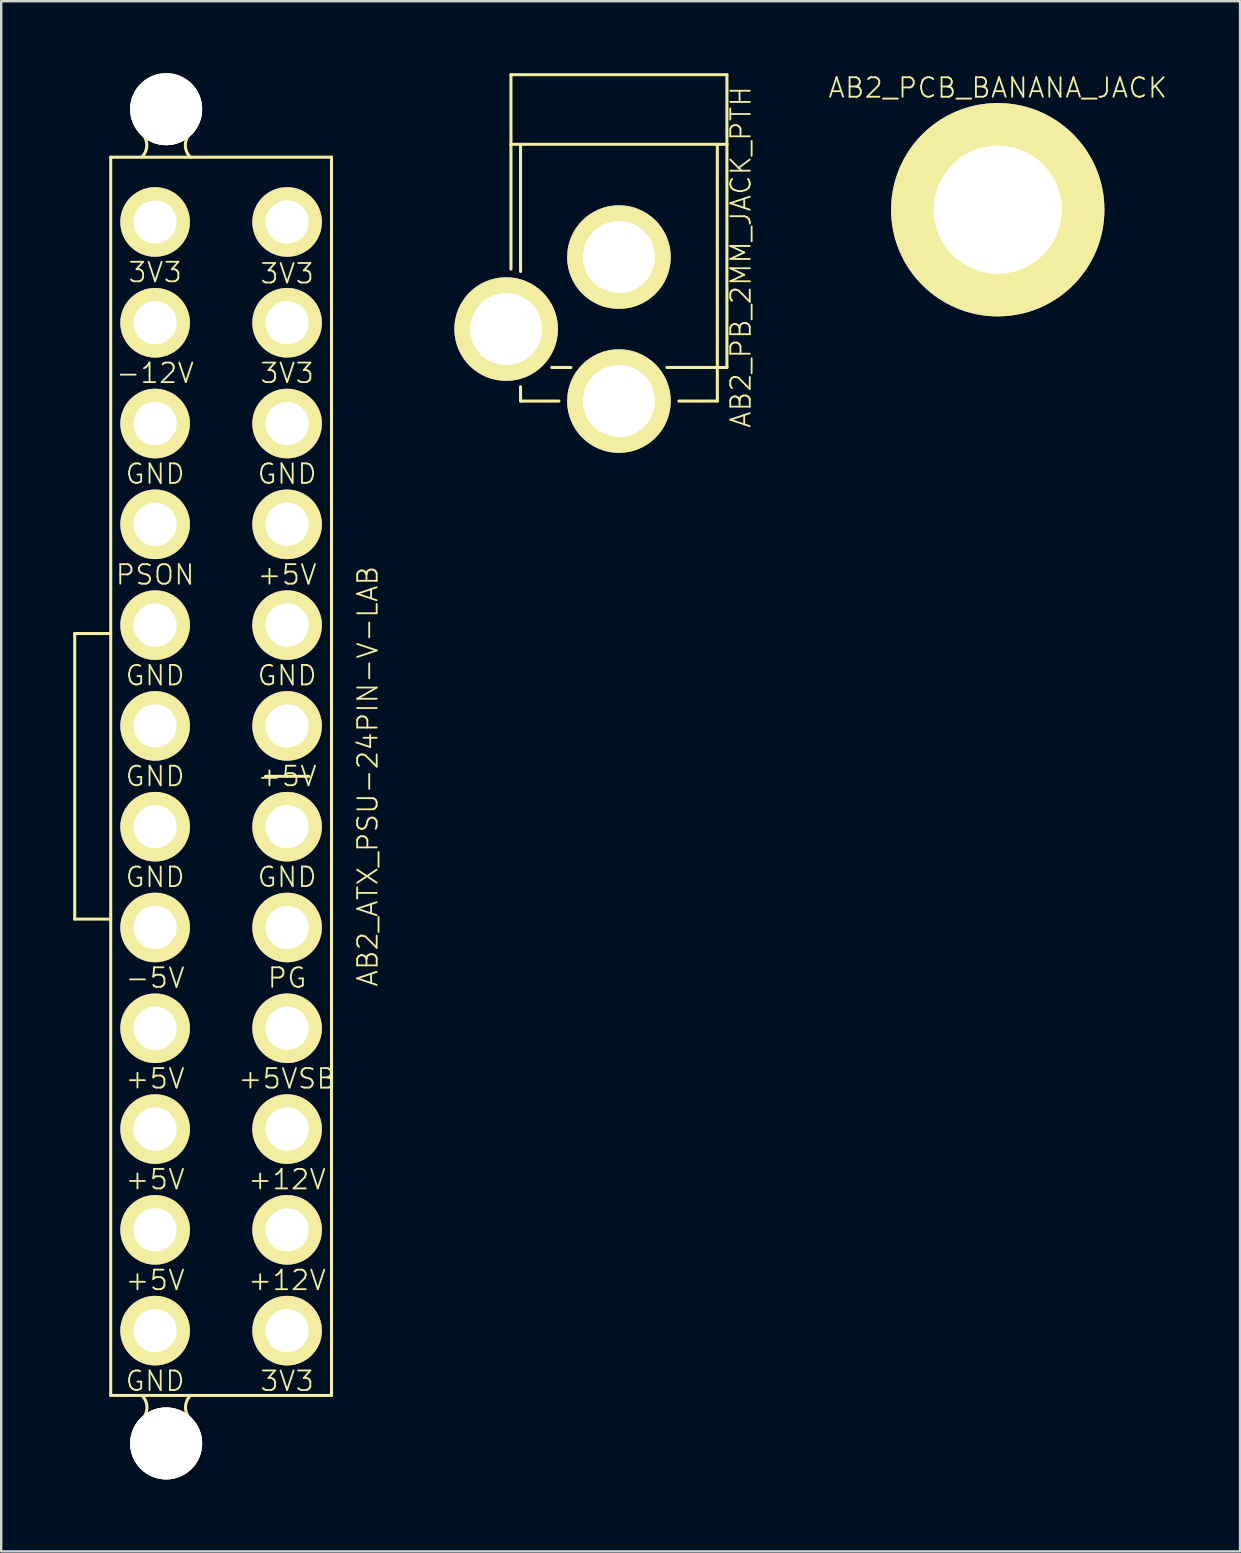
<source format=kicad_pcb>
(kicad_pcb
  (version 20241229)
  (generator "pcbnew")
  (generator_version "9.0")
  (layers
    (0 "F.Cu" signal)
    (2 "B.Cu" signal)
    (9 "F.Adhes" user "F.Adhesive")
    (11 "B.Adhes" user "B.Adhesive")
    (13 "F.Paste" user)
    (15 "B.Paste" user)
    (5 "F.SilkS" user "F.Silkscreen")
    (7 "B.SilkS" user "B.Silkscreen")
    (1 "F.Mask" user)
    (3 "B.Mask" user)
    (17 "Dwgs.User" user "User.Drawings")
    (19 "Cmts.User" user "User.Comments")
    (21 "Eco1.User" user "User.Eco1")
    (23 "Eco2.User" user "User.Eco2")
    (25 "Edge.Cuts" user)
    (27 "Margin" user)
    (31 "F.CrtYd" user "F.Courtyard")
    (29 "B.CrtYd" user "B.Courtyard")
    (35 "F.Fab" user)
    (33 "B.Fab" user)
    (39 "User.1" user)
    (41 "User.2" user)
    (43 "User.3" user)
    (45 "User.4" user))
  (footprint "AB2_ATX_PSU-24PIN-V-LAB"
    (layer "F.Cu")
    (at 2.114 29.3)
    (property "Reference" "AB2_ATX_PSU-24PIN-V-LAB" (at 10.16 0 90) (layer "F.SilkS") (effects (font (size 0.813 0.813) (thickness 0.076))))
    (attr through_hole)
    (fp_line (start -2.05 -5.95) (end -0.55 -5.95) (stroke (width 0.127) (type solid)) (layer "F.SilkS"))
    (fp_line (start -2.05 5.95) (end -2.05 -5.95) (stroke (width 0.127) (type solid)) (layer "F.SilkS"))
    (fp_line (start -0.55 -25.8) (end -0.55 25.8) (stroke (width 0.127) (type solid)) (layer "F.SilkS"))
    (fp_line (start -0.55 5.95) (end -2.05 5.95) (stroke (width 0.127) (type solid)) (layer "F.SilkS"))
    (fp_line (start -0.55 25.8) (end 8.65 25.8) (stroke (width 0.127) (type solid)) (layer "F.SilkS"))
    (fp_line (start 2.77 -28.81) (end 0.75 -28.81) (stroke (width 0.127) (type solid)) (layer "F.SilkS"))
    (fp_line (start 2.77 28.81) (end 0.75 28.81) (stroke (width 0.127) (type solid)) (layer "F.SilkS"))
    (fp_line (start 6.8 0) (end 5.9 0) (stroke (width 0.127) (type solid)) (layer "F.SilkS"))
    (fp_line (start 6.8 0) (end 7.7 0) (stroke (width 0.127) (type solid)) (layer "F.SilkS"))
    (fp_line (start 8.65 -25.8) (end -0.55 -25.8) (stroke (width 0.127) (type solid)) (layer "F.SilkS"))
    (fp_line (start 8.65 25.8) (end 8.65 -25.8) (stroke (width 0.127) (type solid)) (layer "F.SilkS"))
    (fp_arc (start 0.75 -26.79) (mid 0.331644 -27.8) (end 0.75 -28.81) (stroke (width 0.127) (type solid)) (layer "F.SilkS"))
    (fp_arc (start 0.75 -26.79) (mid 0.952965 -26.3) (end 0.75 -25.81) (stroke (width 0.127) (type solid)) (layer "F.SilkS"))
    (fp_arc (start 0.75 25.8) (mid 0.960036 26.292929) (end 0.76 26.79) (stroke (width 0.127) (type solid)) (layer "F.SilkS"))
    (fp_arc (start 0.75 26.79) (mid 1.76 26.371644) (end 2.77 26.79) (stroke (width 0.127) (type solid)) (layer "F.SilkS"))
    (fp_arc (start 0.75 28.81) (mid 0.331644 27.8) (end 0.75 26.79) (stroke (width 0.127) (type solid)) (layer "F.SilkS"))
    (fp_arc (start 0.91 -26.95) (mid 0.557918 -27.8) (end 0.91 -28.65) (stroke (width 0.127) (type solid)) (layer "F.SilkS"))
    (fp_arc (start 0.91 28.65) (mid 0.557918 27.8) (end 0.91 26.95) (stroke (width 0.127) (type solid)) (layer "F.SilkS"))
    (fp_arc (start 2.61 -28.65) (mid 2.962082 -27.8) (end 2.61 -26.95) (stroke (width 0.127) (type solid)) (layer "F.SilkS"))
    (fp_arc (start 2.61 26.95) (mid 2.962082 27.8) (end 2.61 28.65) (stroke (width 0.127) (type solid)) (layer "F.SilkS"))
    (fp_arc (start 2.77 -28.81) (mid 3.188356 -27.8) (end 2.77 -26.79) (stroke (width 0.127) (type solid)) (layer "F.SilkS"))
    (fp_arc (start 2.77 -26.79) (mid 1.76 -26.371644) (end 0.75 -26.79) (stroke (width 0.127) (type solid)) (layer "F.SilkS"))
    (fp_arc (start 2.77 -25.8) (mid 2.559964 -26.292929) (end 2.76 -26.79) (stroke (width 0.127) (type solid)) (layer "F.SilkS"))
    (fp_arc (start 2.77 26.79) (mid 2.567035 26.3) (end 2.77 25.81) (stroke (width 0.127) (type solid)) (layer "F.SilkS"))
    (fp_arc (start 2.77 26.79) (mid 3.188356 27.8) (end 2.77 28.81) (stroke (width 0.127) (type solid)) (layer "F.SilkS"))
    (fp_text user "3V3" (at 6.8 -16.8 0) (layer "F.SilkS") (effects (font (size 0.813 0.813) (thickness 0.076))))
    (fp_text user "GND" (at 6.8 -4.2 0) (layer "F.SilkS") (effects (font (size 0.813 0.813) (thickness 0.076))))
    (fp_text user "GND" (at 1.3 -12.6 0) (layer "F.SilkS") (effects (font (size 0.813 0.813) (thickness 0.076))))
    (fp_text user "GND" (at 6.8 -12.6 0) (layer "F.SilkS") (effects (font (size 0.813 0.813) (thickness 0.076))))
    (fp_text user "+5V" (at 6.8 0 0) (layer "F.SilkS") (effects (font (size 0.813 0.813) (thickness 0.076))))
    (fp_text user "+5VSB" (at 6.8 12.6 0) (layer "F.SilkS") (effects (font (size 0.813 0.813) (thickness 0.076))))
    (fp_text user "+5V" (at 6.8 -8.4 0) (layer "F.SilkS") (effects (font (size 0.813 0.813) (thickness 0.076))))
    (fp_text user "GND" (at 1.3 25.2 0) (layer "F.SilkS") (effects (font (size 0.813 0.813) (thickness 0.076))))
    (fp_text user "PSON" (at 1.3 -8.4 0) (layer "F.SilkS") (effects (font (size 0.813 0.813) (thickness 0.076))))
    (fp_text user "+5V" (at 1.3 12.6 0) (layer "F.SilkS") (effects (font (size 0.813 0.813) (thickness 0.076))))
    (fp_text user "GND" (at 6.8 4.2 0) (layer "F.SilkS") (effects (font (size 0.813 0.813) (thickness 0.076))))
    (fp_text user "+12V" (at 6.8 21 0) (layer "F.SilkS") (effects (font (size 0.813 0.813) (thickness 0.076))))
    (fp_text user "-5V" (at 1.3 8.4 0) (layer "F.SilkS") (effects (font (size 0.813 0.813) (thickness 0.076))))
    (fp_text user "3V3" (at 6.8 25.2 0) (layer "F.SilkS") (effects (font (size 0.813 0.813) (thickness 0.076))))
    (fp_text user "+12V" (at 6.8 16.8 0) (layer "F.SilkS") (effects (font (size 0.813 0.813) (thickness 0.076))))
    (fp_text user "GND" (at 1.3 4.2 0) (layer "F.SilkS") (effects (font (size 0.813 0.813) (thickness 0.076))))
    (fp_text user "GND" (at 1.3 0 0) (layer "F.SilkS") (effects (font (size 0.813 0.813) (thickness 0.076))))
    (fp_text user "3V3" (at 1.3 -21 0) (layer "F.SilkS") (effects (font (size 0.813 0.813) (thickness 0.076))))
    (fp_text user "PG" (at 6.8 8.4 0) (layer "F.SilkS") (effects (font (size 0.813 0.813) (thickness 0.076))))
    (fp_text user "+5V" (at 1.3 21 0) (layer "F.SilkS") (effects (font (size 0.813 0.813) (thickness 0.076))))
    (fp_text user "-12V" (at 1.3 -16.8 0) (layer "F.SilkS") (effects (font (size 0.813 0.813) (thickness 0.076))))
    (fp_text user "+5V" (at 1.3 16.8 0) (layer "F.SilkS") (effects (font (size 0.813 0.813) (thickness 0.076))))
    (fp_text user "3V3" (at 6.8 -20.95 0) (layer "F.SilkS") (effects (font (size 0.813 0.813) (thickness 0.076))))
    (fp_text user "GND" (at 1.3 -4.2 0) (layer "F.SilkS") (effects (font (size 0.813 0.813) (thickness 0.076))))
    (pad "" thru_hole circle (at 1.76 -27.8 180) (size 3 3) (drill 3) (layers "*.Cu" "*.Mask" "F.SilkS"))
    (pad "" thru_hole circle (at 1.76 27.8 180) (size 3 3) (drill 3) (layers "*.Cu" "*.Mask" "F.SilkS"))
    (pad "1" thru_hole circle (at 6.8 -23.1 90) (size 2.9 2.9) (drill 1.8) (layers "*.Cu" "*.Mask" "F.SilkS"))
    (pad "2" thru_hole circle (at 6.8 -18.9 90) (size 2.9 2.9) (drill 1.8) (layers "*.Cu" "*.Mask" "F.SilkS"))
    (pad "3" thru_hole circle (at 6.8 -14.7 90) (size 2.9 2.9) (drill 1.8) (layers "*.Cu" "*.Mask" "F.SilkS"))
    (pad "4" thru_hole circle (at 6.8 -10.5 90) (size 2.9 2.9) (drill 1.8) (layers "*.Cu" "*.Mask" "F.SilkS"))
    (pad "5" thru_hole circle (at 6.8 -6.3 90) (size 2.9 2.9) (drill 1.8) (layers "*.Cu" "*.Mask" "F.SilkS"))
    (pad "6" thru_hole circle (at 6.8 -2.1 90) (size 2.9 2.9) (drill 1.8) (layers "*.Cu" "*.Mask" "F.SilkS"))
    (pad "7" thru_hole circle (at 6.8 2.1 90) (size 2.9 2.9) (drill 1.8) (layers "*.Cu" "*.Mask" "F.SilkS"))
    (pad "8" thru_hole circle (at 6.8 6.3 90) (size 2.9 2.9) (drill 1.8) (layers "*.Cu" "*.Mask" "F.SilkS"))
    (pad "9" thru_hole circle (at 6.8 10.5 90) (size 2.9 2.9) (drill 1.8) (layers "*.Cu" "*.Mask" "F.SilkS"))
    (pad "10" thru_hole circle (at 6.8 14.7 90) (size 2.9 2.9) (drill 1.8) (layers "*.Cu" "*.Mask" "F.SilkS"))
    (pad "11" thru_hole circle (at 6.8 18.9 90) (size 2.9 2.9) (drill 1.8) (layers "*.Cu" "*.Mask" "F.SilkS"))
    (pad "12" thru_hole circle (at 6.8 23.1 90) (size 2.9 2.9) (drill 1.8) (layers "*.Cu" "*.Mask" "F.SilkS"))
    (pad "13" thru_hole circle (at 1.3 -23.1 90) (size 2.9 2.9) (drill 1.8) (layers "*.Cu" "*.Mask" "F.SilkS"))
    (pad "14" thru_hole circle (at 1.3 -18.9 90) (size 2.9 2.9) (drill 1.8) (layers "*.Cu" "*.Mask" "F.SilkS"))
    (pad "15" thru_hole circle (at 1.3 -14.7 90) (size 2.9 2.9) (drill 1.8) (layers "*.Cu" "*.Mask" "F.SilkS"))
    (pad "16" thru_hole circle (at 1.3 -10.5 90) (size 2.9 2.9) (drill 1.8) (layers "*.Cu" "*.Mask" "F.SilkS"))
    (pad "17" thru_hole circle (at 1.3 -6.3 90) (size 2.9 2.9) (drill 1.8) (layers "*.Cu" "*.Mask" "F.SilkS"))
    (pad "18" thru_hole circle (at 1.3 -2.1 90) (size 2.9 2.9) (drill 1.8) (layers "*.Cu" "*.Mask" "F.SilkS"))
    (pad "19" thru_hole circle (at 1.3 2.1 90) (size 2.9 2.9) (drill 1.8) (layers "*.Cu" "*.Mask" "F.SilkS"))
    (pad "20" thru_hole circle (at 1.3 6.3 90) (size 2.9 2.9) (drill 1.8) (layers "*.Cu" "*.Mask" "F.SilkS"))
    (pad "21" thru_hole circle (at 1.3 10.5 90) (size 2.9 2.9) (drill 1.8) (layers "*.Cu" "*.Mask" "F.SilkS"))
    (pad "22" thru_hole circle (at 1.3 14.7 90) (size 2.9 2.9) (drill 1.8) (layers "*.Cu" "*.Mask" "F.SilkS"))
    (pad "23" thru_hole circle (at 1.3 18.9 90) (size 2.9 2.9) (drill 1.8) (layers "*.Cu" "*.Mask" "F.SilkS"))
    (pad "24" thru_hole circle (at 1.3 23.1 90) (size 2.9 2.9) (drill 1.8) (layers "*.Cu" "*.Mask" "F.SilkS")))
  (footprint "AB2_PCB_BANANA_JACK"
    (layer "F.Cu")
    (at 38.528 5.689)
    (property "Reference" "AB2_PCB_BANANA_JACK" (at 0 -5.08 0) (layer "F.SilkS") (effects (font (size 0.813 0.813) (thickness 0.076))))
    (attr through_hole)
    (pad "1" thru_hole circle (at 0 0) (size 8.89 8.89) (drill 5.334) (layers "*.Cu" "*.Mask" "F.SilkS")))
  (footprint "AB2_PB_2MM_JACK_PTH"
    (layer "F.Cu")
    (at 22.742 7.663)
    (property "Reference" "AB2_PB_2MM_JACK_PTH" (at 5.08 0 90) (layer "F.SilkS") (effects (font (size 0.813 0.813) (thickness 0.076))))
    (attr through_hole)
    (fp_line (start -4.5 -7.6) (end -4.5 -4.7) (stroke (width 0.127) (type solid)) (layer "F.SilkS"))
    (fp_line (start -4.5 -4.7) (end -4.5 0.5) (stroke (width 0.127) (type solid)) (layer "F.SilkS"))
    (fp_line (start -4.1 -4.7) (end -4.1 0.6) (stroke (width 0.127) (type solid)) (layer "F.SilkS"))
    (fp_line (start -4.1 6) (end -4.1 5.4) (stroke (width 0.127) (type solid)) (layer "F.SilkS"))
    (fp_line (start -4.1 6) (end -2.5 6) (stroke (width 0.127) (type solid)) (layer "F.SilkS"))
    (fp_line (start -2 4.6) (end -2.8 4.6) (stroke (width 0.127) (type solid)) (layer "F.SilkS"))
    (fp_line (start 4.1 -4.7) (end 4.1 4.6) (stroke (width 0.127) (type solid)) (layer "F.SilkS"))
    (fp_line (start 4.1 4.6) (end 2 4.6) (stroke (width 0.127) (type solid)) (layer "F.SilkS"))
    (fp_line (start 4.1 4.6) (end 4.1 6) (stroke (width 0.127) (type solid)) (layer "F.SilkS"))
    (fp_line (start 4.1 4.6) (end 4.5 4.6) (stroke (width 0.127) (type solid)) (layer "F.SilkS"))
    (fp_line (start 4.1 6) (end 2.5 6) (stroke (width 0.127) (type solid)) (layer "F.SilkS"))
    (fp_line (start 4.5 -7.6) (end -4.5 -7.6) (stroke (width 0.127) (type solid)) (layer "F.SilkS"))
    (fp_line (start 4.5 -7.6) (end 4.5 -4.7) (stroke (width 0.127) (type solid)) (layer "F.SilkS"))
    (fp_line (start 4.5 -4.7) (end -4.5 -4.7) (stroke (width 0.127) (type solid)) (layer "F.SilkS"))
    (fp_line (start 4.5 4.6) (end 4.5 -4.7) (stroke (width 0.127) (type solid)) (layer "F.SilkS"))
    (pad "1" thru_hole circle (at 0 6 180) (size 4.318 4.318) (drill 2.997) (layers "*.Cu" "*.Mask" "F.SilkS"))
    (pad "2" thru_hole circle (at 0 0 180) (size 4.318 4.318) (drill 2.997) (layers "*.Cu" "*.Mask" "F.SilkS"))
    (pad "3" thru_hole circle (at -4.7 3 180) (size 4.318 4.318) (drill 2.997) (layers "*.Cu" "*.Mask" "F.SilkS")))
  (gr_rect
    (start -3 -3)
    (end 48.624 61.6)
    (stroke (width 0.1) (type default))
    (fill no)
    (layer "Edge.Cuts")))
</source>
